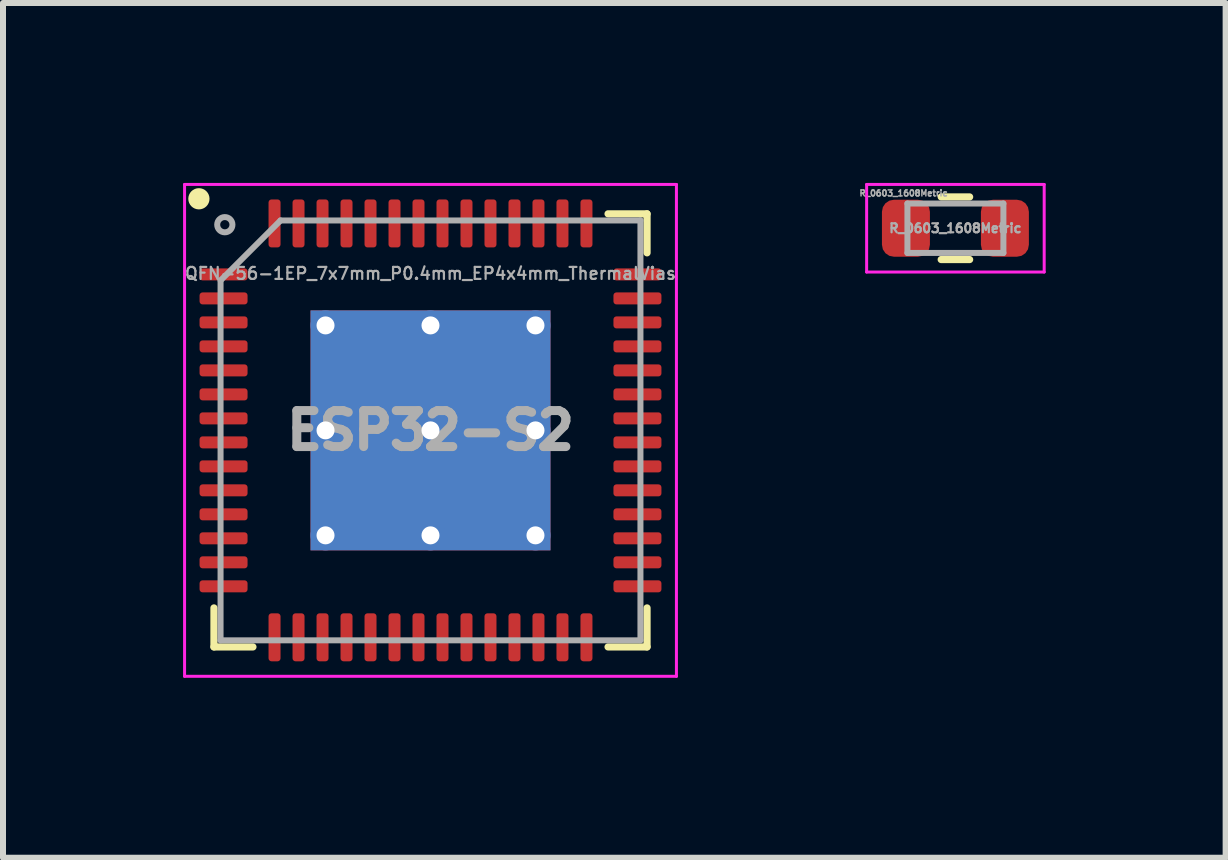
<source format=kicad_pcb>
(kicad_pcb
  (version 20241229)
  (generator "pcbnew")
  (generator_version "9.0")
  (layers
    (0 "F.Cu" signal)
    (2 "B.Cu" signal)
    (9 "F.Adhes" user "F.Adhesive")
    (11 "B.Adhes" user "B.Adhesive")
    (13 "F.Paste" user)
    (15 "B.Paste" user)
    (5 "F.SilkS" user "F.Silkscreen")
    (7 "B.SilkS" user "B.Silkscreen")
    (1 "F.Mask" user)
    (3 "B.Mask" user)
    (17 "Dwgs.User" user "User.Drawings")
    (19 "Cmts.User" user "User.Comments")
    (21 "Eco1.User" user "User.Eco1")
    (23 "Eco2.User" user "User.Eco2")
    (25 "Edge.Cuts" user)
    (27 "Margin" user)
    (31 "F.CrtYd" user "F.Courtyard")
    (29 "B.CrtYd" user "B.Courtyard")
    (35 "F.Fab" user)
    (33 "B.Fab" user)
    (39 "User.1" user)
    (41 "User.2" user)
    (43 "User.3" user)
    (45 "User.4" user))
  (footprint "QFN-56-1EP_7x7mm_P0.4mm_EP4x4mm_ThermalVias"
    (layer "F.Cu")
    (at 4.127 4.125)
    (property "Reference" "QFN-56-1EP_7x7mm_P0.4mm_EP4x4mm_ThermalVias" (at 0 -2.616 0) (layer "F.Fab") (effects (font (size 0.2 0.2) (thickness 0.037))))
    (attr smd)
    (fp_line (start -3.61 3.61) (end -3.61 2.96) (stroke (width 0.12) (type solid)) (layer "F.SilkS"))
    (fp_line (start -2.96 3.61) (end -3.61 3.61) (stroke (width 0.12) (type solid)) (layer "F.SilkS"))
    (fp_line (start 2.96 -3.61) (end 3.61 -3.61) (stroke (width 0.12) (type solid)) (layer "F.SilkS"))
    (fp_line (start 2.96 3.61) (end 3.61 3.61) (stroke (width 0.12) (type solid)) (layer "F.SilkS"))
    (fp_line (start 3.61 -3.61) (end 3.61 -2.96) (stroke (width 0.12) (type solid)) (layer "F.SilkS"))
    (fp_line (start 3.61 3.61) (end 3.61 2.96) (stroke (width 0.12) (type solid)) (layer "F.SilkS"))
    (fp_circle (center -3.861 -3.861) (end -3.734 -3.861) (stroke (width 0.1) (type solid)) (fill yes) (layer "F.SilkS"))
    (fp_line (start -4.1 -4.1) (end -4.1 4.1) (stroke (width 0.05) (type solid)) (layer "F.CrtYd"))
    (fp_line (start -4.1 4.1) (end 4.1 4.1) (stroke (width 0.05) (type solid)) (layer "F.CrtYd"))
    (fp_line (start 4.1 -4.1) (end -4.1 -4.1) (stroke (width 0.05) (type solid)) (layer "F.CrtYd"))
    (fp_line (start 4.1 4.1) (end 4.1 -4.1) (stroke (width 0.05) (type solid)) (layer "F.CrtYd"))
    (fp_line (start -3.5 -2.5) (end -2.5 -3.5) (stroke (width 0.1) (type solid)) (layer "F.Fab"))
    (fp_line (start -3.5 3.5) (end -3.5 -2.5) (stroke (width 0.1) (type solid)) (layer "F.Fab"))
    (fp_line (start -2.5 -3.5) (end 3.5 -3.5) (stroke (width 0.1) (type solid)) (layer "F.Fab"))
    (fp_line (start 3.5 -3.5) (end 3.5 3.5) (stroke (width 0.1) (type solid)) (layer "F.Fab"))
    (fp_line (start 3.5 3.5) (end -3.5 3.5) (stroke (width 0.1) (type solid)) (layer "F.Fab"))
    (fp_circle (center -3.429 -3.429) (end -3.302 -3.429) (stroke (width 0.1) (type solid)) (fill no) (layer "F.Fab"))
    (fp_text user "ESP32-S2" (at 0 0 0) (unlocked yes) (layer "F.Fab") (effects (font (size 0.6 0.6) (thickness 0.15))))
    (pad "" smd roundrect (at -0.875 -0.875) (size 1.549 1.549) (layers "F.Paste") (roundrect_rratio 0.161))
    (pad "" smd roundrect (at -0.875 0.875) (size 1.549 1.549) (layers "F.Paste") (roundrect_rratio 0.161))
    (pad "" smd roundrect (at 0.875 -0.875) (size 1.549 1.549) (layers "F.Paste") (roundrect_rratio 0.161))
    (pad "" smd roundrect (at 0.875 0.875) (size 1.549 1.549) (layers "F.Paste") (roundrect_rratio 0.161))
    (pad "1" smd roundrect (at -3.45 -2.6) (size 0.8 0.2) (layers "F.Cu" "F.Mask" "F.Paste") (roundrect_rratio 0.25))
    (pad "2" smd roundrect (at -3.45 -2.2) (size 0.8 0.2) (layers "F.Cu" "F.Mask" "F.Paste") (roundrect_rratio 0.25))
    (pad "3" smd roundrect (at -3.45 -1.8) (size 0.8 0.2) (layers "F.Cu" "F.Mask" "F.Paste") (roundrect_rratio 0.25))
    (pad "4" smd roundrect (at -3.45 -1.4) (size 0.8 0.2) (layers "F.Cu" "F.Mask" "F.Paste") (roundrect_rratio 0.25))
    (pad "5" smd roundrect (at -3.45 -1) (size 0.8 0.2) (layers "F.Cu" "F.Mask" "F.Paste") (roundrect_rratio 0.25))
    (pad "6" smd roundrect (at -3.45 -0.6) (size 0.8 0.2) (layers "F.Cu" "F.Mask" "F.Paste") (roundrect_rratio 0.25))
    (pad "7" smd roundrect (at -3.45 -0.2) (size 0.8 0.2) (layers "F.Cu" "F.Mask" "F.Paste") (roundrect_rratio 0.25))
    (pad "8" smd roundrect (at -3.45 0.2) (size 0.8 0.2) (layers "F.Cu" "F.Mask" "F.Paste") (roundrect_rratio 0.25))
    (pad "9" smd roundrect (at -3.45 0.6) (size 0.8 0.2) (layers "F.Cu" "F.Mask" "F.Paste") (roundrect_rratio 0.25))
    (pad "10" smd roundrect (at -3.45 1) (size 0.8 0.2) (layers "F.Cu" "F.Mask" "F.Paste") (roundrect_rratio 0.25))
    (pad "11" smd roundrect (at -3.45 1.4) (size 0.8 0.2) (layers "F.Cu" "F.Mask" "F.Paste") (roundrect_rratio 0.25))
    (pad "12" smd roundrect (at -3.45 1.8) (size 0.8 0.2) (layers "F.Cu" "F.Mask" "F.Paste") (roundrect_rratio 0.25))
    (pad "13" smd roundrect (at -3.45 2.2) (size 0.8 0.2) (layers "F.Cu" "F.Mask" "F.Paste") (roundrect_rratio 0.25))
    (pad "14" smd roundrect (at -3.45 2.6) (size 0.8 0.2) (layers "F.Cu" "F.Mask" "F.Paste") (roundrect_rratio 0.25))
    (pad "15" smd roundrect (at -2.6 3.45) (size 0.2 0.8) (layers "F.Cu" "F.Mask" "F.Paste") (roundrect_rratio 0.25))
    (pad "16" smd roundrect (at -2.2 3.45) (size 0.2 0.8) (layers "F.Cu" "F.Mask" "F.Paste") (roundrect_rratio 0.25))
    (pad "17" smd roundrect (at -1.8 3.45) (size 0.2 0.8) (layers "F.Cu" "F.Mask" "F.Paste") (roundrect_rratio 0.25))
    (pad "18" smd roundrect (at -1.4 3.45) (size 0.2 0.8) (layers "F.Cu" "F.Mask" "F.Paste") (roundrect_rratio 0.25))
    (pad "19" smd roundrect (at -1 3.45) (size 0.2 0.8) (layers "F.Cu" "F.Mask" "F.Paste") (roundrect_rratio 0.25))
    (pad "20" smd roundrect (at -0.6 3.45) (size 0.2 0.8) (layers "F.Cu" "F.Mask" "F.Paste") (roundrect_rratio 0.25))
    (pad "21" smd roundrect (at -0.2 3.45) (size 0.2 0.8) (layers "F.Cu" "F.Mask" "F.Paste") (roundrect_rratio 0.25))
    (pad "22" smd roundrect (at 0.2 3.45) (size 0.2 0.8) (layers "F.Cu" "F.Mask" "F.Paste") (roundrect_rratio 0.25))
    (pad "23" smd roundrect (at 0.6 3.45) (size 0.2 0.8) (layers "F.Cu" "F.Mask" "F.Paste") (roundrect_rratio 0.25))
    (pad "24" smd roundrect (at 1 3.45) (size 0.2 0.8) (layers "F.Cu" "F.Mask" "F.Paste") (roundrect_rratio 0.25))
    (pad "25" smd roundrect (at 1.4 3.45) (size 0.2 0.8) (layers "F.Cu" "F.Mask" "F.Paste") (roundrect_rratio 0.25))
    (pad "26" smd roundrect (at 1.8 3.45) (size 0.2 0.8) (layers "F.Cu" "F.Mask" "F.Paste") (roundrect_rratio 0.25))
    (pad "27" smd roundrect (at 2.2 3.45) (size 0.2 0.8) (layers "F.Cu" "F.Mask" "F.Paste") (roundrect_rratio 0.25))
    (pad "28" smd roundrect (at 2.6 3.45) (size 0.2 0.8) (layers "F.Cu" "F.Mask" "F.Paste") (roundrect_rratio 0.25))
    (pad "29" smd roundrect (at 3.45 2.6) (size 0.8 0.2) (layers "F.Cu" "F.Mask" "F.Paste") (roundrect_rratio 0.25))
    (pad "30" smd roundrect (at 3.45 2.2) (size 0.8 0.2) (layers "F.Cu" "F.Mask" "F.Paste") (roundrect_rratio 0.25))
    (pad "31" smd roundrect (at 3.45 1.8) (size 0.8 0.2) (layers "F.Cu" "F.Mask" "F.Paste") (roundrect_rratio 0.25))
    (pad "32" smd roundrect (at 3.45 1.4) (size 0.8 0.2) (layers "F.Cu" "F.Mask" "F.Paste") (roundrect_rratio 0.25))
    (pad "33" smd roundrect (at 3.45 1) (size 0.8 0.2) (layers "F.Cu" "F.Mask" "F.Paste") (roundrect_rratio 0.25))
    (pad "34" smd roundrect (at 3.45 0.6) (size 0.8 0.2) (layers "F.Cu" "F.Mask" "F.Paste") (roundrect_rratio 0.25))
    (pad "35" smd roundrect (at 3.45 0.2) (size 0.8 0.2) (layers "F.Cu" "F.Mask" "F.Paste") (roundrect_rratio 0.25))
    (pad "36" smd roundrect (at 3.45 -0.2) (size 0.8 0.2) (layers "F.Cu" "F.Mask" "F.Paste") (roundrect_rratio 0.25))
    (pad "37" smd roundrect (at 3.45 -0.6) (size 0.8 0.2) (layers "F.Cu" "F.Mask" "F.Paste") (roundrect_rratio 0.25))
    (pad "38" smd roundrect (at 3.45 -1) (size 0.8 0.2) (layers "F.Cu" "F.Mask" "F.Paste") (roundrect_rratio 0.25))
    (pad "39" smd roundrect (at 3.45 -1.4) (size 0.8 0.2) (layers "F.Cu" "F.Mask" "F.Paste") (roundrect_rratio 0.25))
    (pad "40" smd roundrect (at 3.45 -1.8) (size 0.8 0.2) (layers "F.Cu" "F.Mask" "F.Paste") (roundrect_rratio 0.25))
    (pad "41" smd roundrect (at 3.45 -2.2) (size 0.8 0.2) (layers "F.Cu" "F.Mask" "F.Paste") (roundrect_rratio 0.25))
    (pad "42" smd roundrect (at 3.45 -2.6) (size 0.8 0.2) (layers "F.Cu" "F.Mask" "F.Paste") (roundrect_rratio 0.25))
    (pad "43" smd roundrect (at 2.6 -3.45) (size 0.2 0.8) (layers "F.Cu" "F.Mask" "F.Paste") (roundrect_rratio 0.25))
    (pad "44" smd roundrect (at 2.2 -3.45) (size 0.2 0.8) (layers "F.Cu" "F.Mask" "F.Paste") (roundrect_rratio 0.25))
    (pad "45" smd roundrect (at 1.8 -3.45) (size 0.2 0.8) (layers "F.Cu" "F.Mask" "F.Paste") (roundrect_rratio 0.25))
    (pad "46" smd roundrect (at 1.4 -3.45) (size 0.2 0.8) (layers "F.Cu" "F.Mask" "F.Paste") (roundrect_rratio 0.25))
    (pad "47" smd roundrect (at 1 -3.45) (size 0.2 0.8) (layers "F.Cu" "F.Mask" "F.Paste") (roundrect_rratio 0.25))
    (pad "48" smd roundrect (at 0.6 -3.45) (size 0.2 0.8) (layers "F.Cu" "F.Mask" "F.Paste") (roundrect_rratio 0.25))
    (pad "49" smd roundrect (at 0.2 -3.45) (size 0.2 0.8) (layers "F.Cu" "F.Mask" "F.Paste") (roundrect_rratio 0.25))
    (pad "50" smd roundrect (at -0.2 -3.45) (size 0.2 0.8) (layers "F.Cu" "F.Mask" "F.Paste") (roundrect_rratio 0.25))
    (pad "51" smd roundrect (at -0.6 -3.45) (size 0.2 0.8) (layers "F.Cu" "F.Mask" "F.Paste") (roundrect_rratio 0.25))
    (pad "52" smd roundrect (at -1 -3.45) (size 0.2 0.8) (layers "F.Cu" "F.Mask" "F.Paste") (roundrect_rratio 0.25))
    (pad "53" smd roundrect (at -1.4 -3.45) (size 0.2 0.8) (layers "F.Cu" "F.Mask" "F.Paste") (roundrect_rratio 0.25))
    (pad "54" smd roundrect (at -1.8 -3.45) (size 0.2 0.8) (layers "F.Cu" "F.Mask" "F.Paste") (roundrect_rratio 0.25))
    (pad "55" smd roundrect (at -2.2 -3.45) (size 0.2 0.8) (layers "F.Cu" "F.Mask" "F.Paste") (roundrect_rratio 0.25))
    (pad "56" smd roundrect (at -2.6 -3.45) (size 0.2 0.8) (layers "F.Cu" "F.Mask" "F.Paste") (roundrect_rratio 0.25))
    (pad "57" thru_hole circle (at -1.75 -1.75) (size 0.5 0.5) (drill 0.3) (layers "*.Cu"))
    (pad "57" thru_hole circle (at -1.75 0) (size 0.5 0.5) (drill 0.3) (layers "*.Cu"))
    (pad "57" thru_hole circle (at -1.75 1.75) (size 0.5 0.5) (drill 0.3) (layers "*.Cu"))
    (pad "57" thru_hole circle (at 0 -1.75) (size 0.5 0.5) (drill 0.3) (layers "*.Cu"))
    (pad "57" thru_hole circle (at 0 0) (size 0.5 0.5) (drill 0.3) (layers "*.Cu"))
    (pad "57" smd rect (at 0 0) (size 4 4) (layers "F.Cu" "F.Mask"))
    (pad "57" smd rect (at 0 0) (size 4 4) (layers "B.Cu"))
    (pad "57" thru_hole circle (at 0 1.75) (size 0.5 0.5) (drill 0.3) (layers "*.Cu"))
    (pad "57" thru_hole circle (at 1.75 -1.75) (size 0.5 0.5) (drill 0.3) (layers "*.Cu"))
    (pad "57" thru_hole circle (at 1.75 0) (size 0.5 0.5) (drill 0.3) (layers "*.Cu"))
    (pad "57" thru_hole circle (at 1.75 1.75) (size 0.5 0.5) (drill 0.3) (layers "*.Cu")))
  (footprint "R_0603_1608Metric"
    (layer "F.Cu")
    (at 12.878 0.755)
    (property "Reference" "R_0603_1608Metric" (at -0.864 -0.584 0) (layer "F.Fab") (effects (font (size 0.1 0.1) (thickness 0.025))))
    (attr smd)
    (fp_line (start -0.237 -0.522) (end 0.237 -0.522) (stroke (width 0.12) (type solid)) (layer "F.SilkS"))
    (fp_line (start -0.237 0.522) (end 0.237 0.522) (stroke (width 0.12) (type solid)) (layer "F.SilkS"))
    (fp_line (start -1.48 -0.73) (end 1.48 -0.73) (stroke (width 0.05) (type solid)) (layer "F.CrtYd"))
    (fp_line (start -1.48 0.73) (end -1.48 -0.73) (stroke (width 0.05) (type solid)) (layer "F.CrtYd"))
    (fp_line (start 1.48 -0.73) (end 1.48 0.73) (stroke (width 0.05) (type solid)) (layer "F.CrtYd"))
    (fp_line (start 1.48 0.73) (end -1.48 0.73) (stroke (width 0.05) (type solid)) (layer "F.CrtYd"))
    (fp_line (start -0.8 -0.412) (end 0.8 -0.412) (stroke (width 0.1) (type solid)) (layer "F.Fab"))
    (fp_line (start -0.8 0.412) (end -0.8 -0.412) (stroke (width 0.1) (type solid)) (layer "F.Fab"))
    (fp_line (start 0.8 -0.412) (end 0.8 0.412) (stroke (width 0.1) (type solid)) (layer "F.Fab"))
    (fp_line (start 0.8 0.412) (end -0.8 0.412) (stroke (width 0.1) (type solid)) (layer "F.Fab"))
    (fp_text user "${REFERENCE}" (at 0 0 0) (layer "F.Fab") (effects (font (size 0.15 0.15) (thickness 0.037))))
    (pad "1" smd roundrect (at -0.825 0) (size 0.8 0.95) (layers "F.Cu" "F.Mask" "F.Paste") (roundrect_rratio 0.25))
    (pad "2" smd roundrect (at 0.825 0) (size 0.8 0.95) (layers "F.Cu" "F.Mask" "F.Paste") (roundrect_rratio 0.25)))
  (gr_rect
    (start -3 -3)
    (end 17.383 11.25)
    (stroke (width 0.1) (type default))
    (fill no)
    (layer "Edge.Cuts")))
</source>
